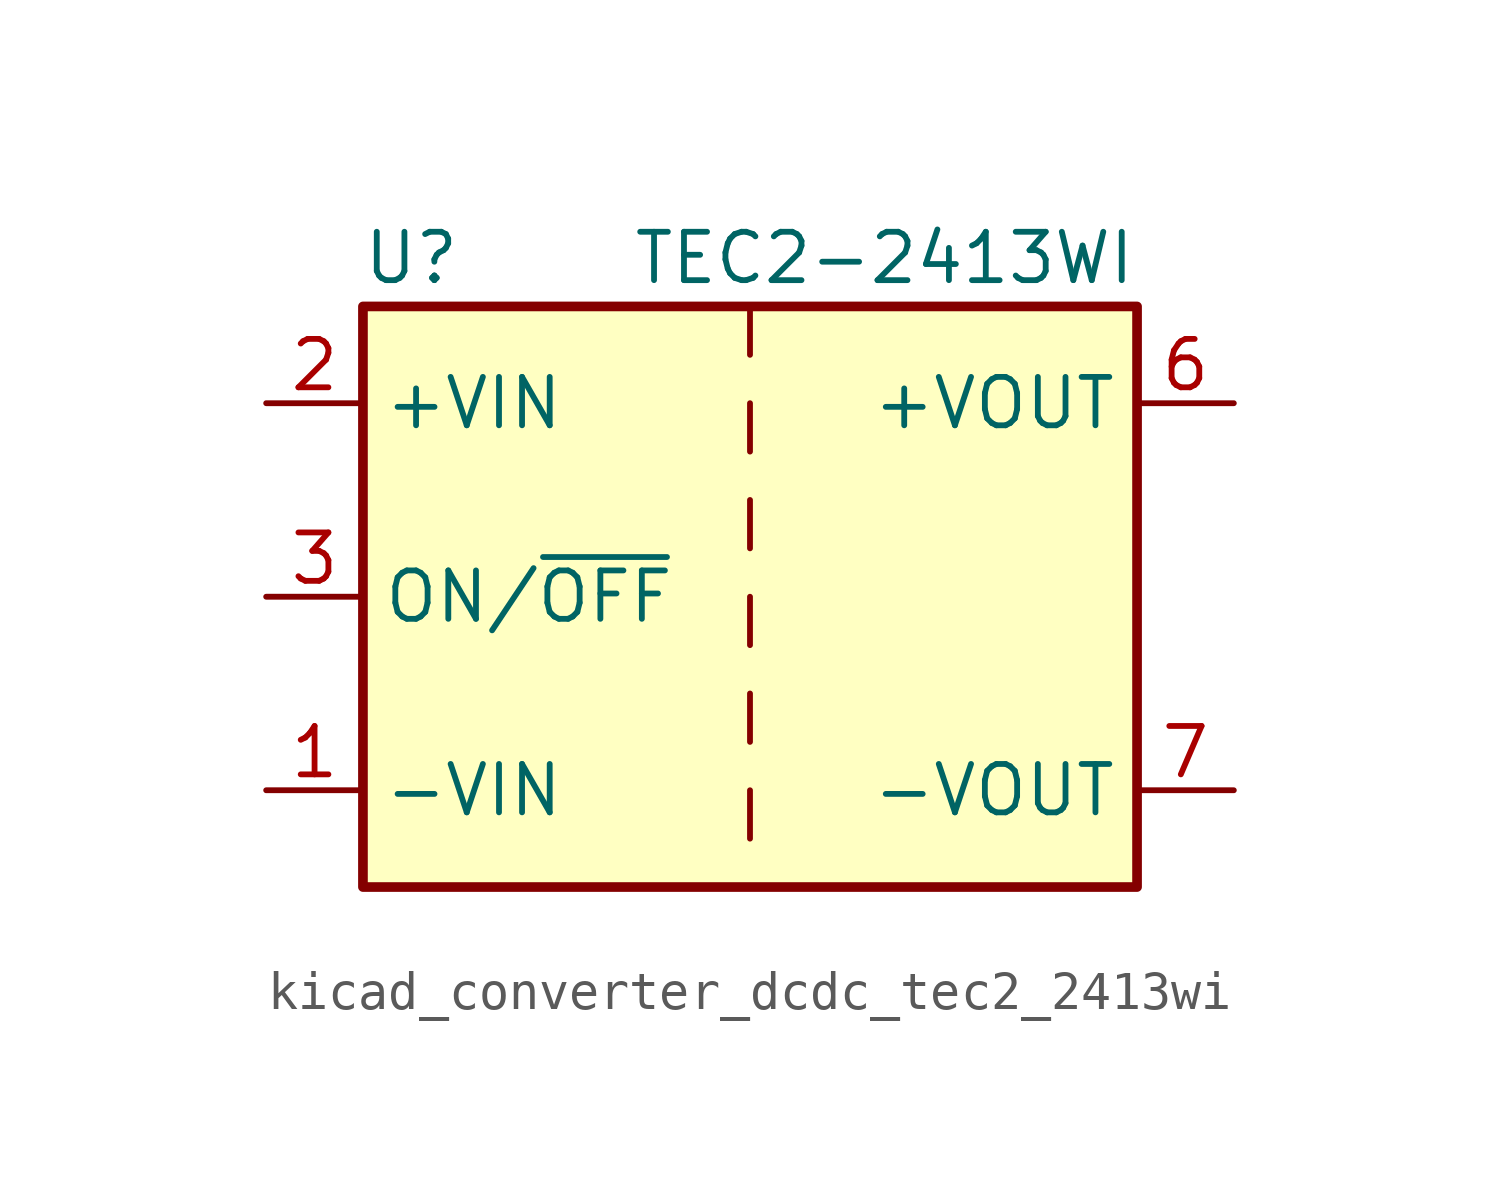
<source format=kicad_sym>
(kicad_symbol_lib
  (version 20220914)
  (generator kicad_symbol_editor)
  (symbol "kicad_converter_dcdc_tec2_2413wi"
    (property "Reference" "U"
      (at -8.89 8.89 0)
      (effects (font (size 1.27 1.27))))
    (property "Value" "TEC2-2413WI"
      (at 10.16 8.89 0)
      (effects (font (size 1.27 1.27)) (justify right)))
    (symbol "kicad_converter_dcdc_tec2_2413wi_0_1"
      (rectangle (start -10.16 7.62) (end 10.16 -7.62) (stroke (width 0.254) (type default)) (fill (type background)))
      (polyline (pts (xy 0 -5.08) (xy 0 -6.35)) (stroke (width 0) (type default)) (fill (type none)))
      (polyline (pts (xy 0 -2.54) (xy 0 -3.81)) (stroke (width 0) (type default)) (fill (type none)))
      (polyline (pts (xy 0 0) (xy 0 -1.27)) (stroke (width 0) (type default)) (fill (type none)))
      (polyline (pts (xy 0 2.54) (xy 0 1.27)) (stroke (width 0) (type default)) (fill (type none)))
      (polyline (pts (xy 0 5.08) (xy 0 3.81)) (stroke (width 0) (type default)) (fill (type none)))
      (polyline (pts (xy 0 7.62) (xy 0 6.35)) (stroke (width 0) (type default)) (fill (type none))))
    (symbol "kicad_converter_dcdc_tec2_2413wi_1_1"
      (pin power_in line (at -12.7 -5.08 0) (length 2.54) (name "-VIN" (effects (font (size 1.27 1.27)))) (number "1" (effects (font (size 1.27 1.27)))))
      (pin power_in line (at -12.7 5.08 0) (length 2.54) (name "+VIN" (effects (font (size 1.27 1.27)))) (number "2" (effects (font (size 1.27 1.27)))))
      (pin input line (at -12.7 0 0) (length 2.54) (name "ON/~{OFF}" (effects (font (size 1.27 1.27)))) (number "3" (effects (font (size 1.27 1.27)))))
      (pin no_connect line (at 10.16 2.54 180) (length 2.54) hide (name "NC" (effects (font (size 1.27 1.27)))) (number "5" (effects (font (size 1.27 1.27)))))
      (pin power_out line (at 12.7 5.08 180) (length 2.54) (name "+VOUT" (effects (font (size 1.27 1.27)))) (number "6" (effects (font (size 1.27 1.27)))))
      (pin power_out line (at 12.7 -5.08 180) (length 2.54) (name "-VOUT" (effects (font (size 1.27 1.27)))) (number "7" (effects (font (size 1.27 1.27)))))
      (pin no_connect line (at 10.16 0 180) (length 2.54) hide (name "NC" (effects (font (size 1.27 1.27)))) (number "8" (effects (font (size 1.27 1.27))))))))
</source>
